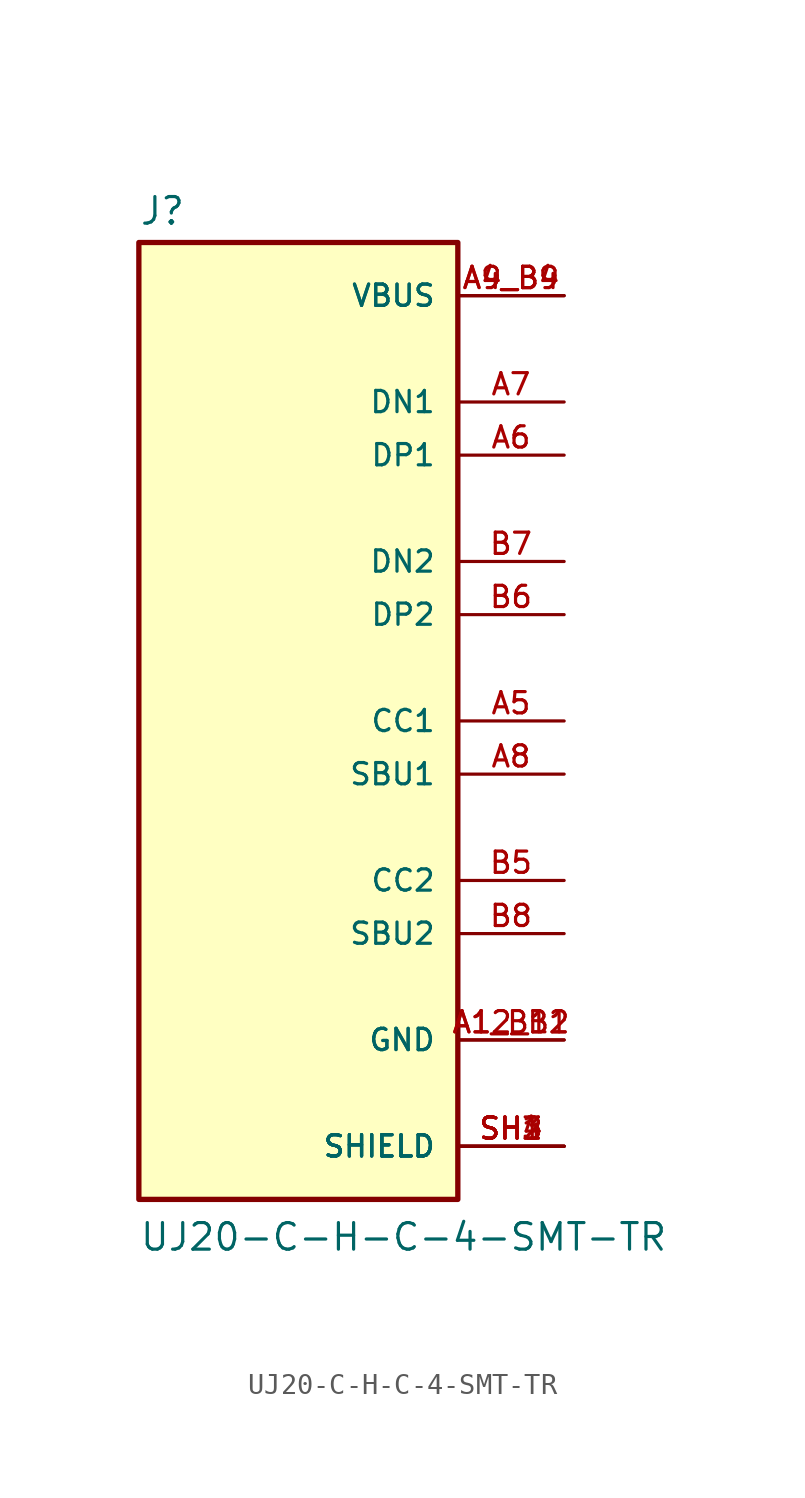
<source format=kicad_sym>
(kicad_symbol_lib
  (version 20211014)
  (generator kicad_symbol_editor)
  (symbol "UJ20-C-H-C-4-SMT-TR"
    (pin_names
      (offset 1.016))
    (property "Reference" "J"
      (at -7.62 23.622 0)
      (effects (font (size 1.27 1.27)) (justify bottom left)))
    (property "Value" "UJ20-C-H-C-4-SMT-TR"
      (at -7.62 -25.4 0)
      (effects (font (size 1.27 1.27)) (justify bottom left)))
    (symbol "UJ20-C-H-C-4-SMT-TR_0_0"
      (rectangle (start -7.62 -22.86) (end 7.62 22.86) (stroke (width 0.254)) (fill (type background)))
      (pin passive line (at 12.7 20.32 180.0) (length 5.08) (name "VBUS" (effects (font (size 1.016 1.016)))) (number "A4_B9" (effects (font (size 1.016 1.016)))))
      (pin passive line (at 12.7 20.32 180.0) (length 5.08) (name "VBUS" (effects (font (size 1.016 1.016)))) (number "A9_B4" (effects (font (size 1.016 1.016)))))
      (pin passive line (at 12.7 -20.32 180.0) (length 5.08) (name "SHIELD" (effects (font (size 1.016 1.016)))) (number "SH1" (effects (font (size 1.016 1.016)))))
      (pin passive line (at 12.7 -20.32 180.0) (length 5.08) (name "SHIELD" (effects (font (size 1.016 1.016)))) (number "SH2" (effects (font (size 1.016 1.016)))))
      (pin passive line (at 12.7 -20.32 180.0) (length 5.08) (name "SHIELD" (effects (font (size 1.016 1.016)))) (number "SH3" (effects (font (size 1.016 1.016)))))
      (pin passive line (at 12.7 -20.32 180.0) (length 5.08) (name "SHIELD" (effects (font (size 1.016 1.016)))) (number "SH4" (effects (font (size 1.016 1.016)))))
      (pin passive line (at 12.7 15.24 180.0) (length 5.08) (name "DN1" (effects (font (size 1.016 1.016)))) (number "A7" (effects (font (size 1.016 1.016)))))
      (pin passive line (at 12.7 12.7 180.0) (length 5.08) (name "DP1" (effects (font (size 1.016 1.016)))) (number "A6" (effects (font (size 1.016 1.016)))))
      (pin passive line (at 12.7 7.62 180.0) (length 5.08) (name "DN2" (effects (font (size 1.016 1.016)))) (number "B7" (effects (font (size 1.016 1.016)))))
      (pin passive line (at 12.7 5.08 180.0) (length 5.08) (name "DP2" (effects (font (size 1.016 1.016)))) (number "B6" (effects (font (size 1.016 1.016)))))
      (pin passive line (at 12.7 -15.24 180.0) (length 5.08) (name "GND" (effects (font (size 1.016 1.016)))) (number "A1_B12" (effects (font (size 1.016 1.016)))))
      (pin passive line (at 12.7 -15.24 180.0) (length 5.08) (name "GND" (effects (font (size 1.016 1.016)))) (number "A12_B1" (effects (font (size 1.016 1.016)))))
      (pin passive line (at 12.7 0.0 180.0) (length 5.08) (name "CC1" (effects (font (size 1.016 1.016)))) (number "A5" (effects (font (size 1.016 1.016)))))
      (pin passive line (at 12.7 -2.54 180.0) (length 5.08) (name "SBU1" (effects (font (size 1.016 1.016)))) (number "A8" (effects (font (size 1.016 1.016)))))
      (pin passive line (at 12.7 -7.62 180.0) (length 5.08) (name "CC2" (effects (font (size 1.016 1.016)))) (number "B5" (effects (font (size 1.016 1.016)))))
      (pin passive line (at 12.7 -10.16 180.0) (length 5.08) (name "SBU2" (effects (font (size 1.016 1.016)))) (number "B8" (effects (font (size 1.016 1.016))))))))
</source>
